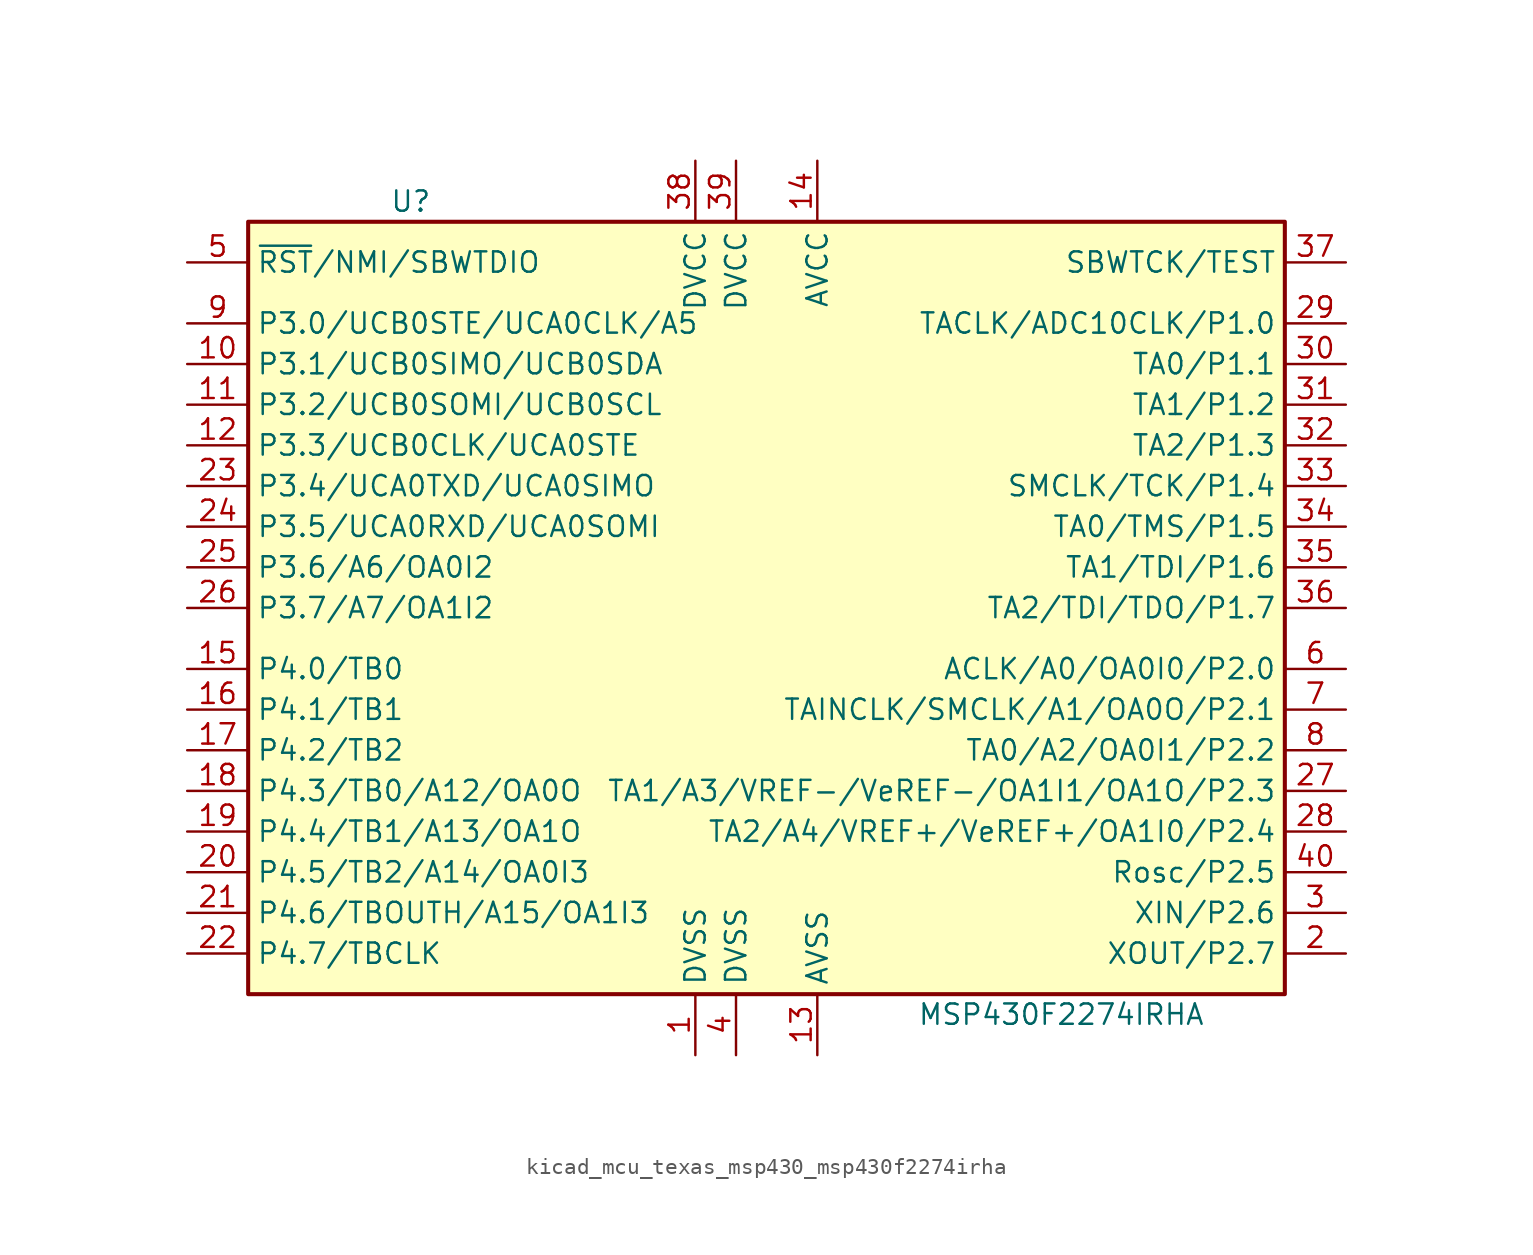
<source format=kicad_sym>
(kicad_symbol_lib
  (version 20220914)
  (generator kicad_symbol_editor)
  (symbol "kicad_mcu_texas_msp430_msp430f2274irha"
    (property "Reference" "U"
      (at -22.86 25.4 0)
      (effects (font (size 1.27 1.27))))
    (property "Value" "MSP430F2274IRHA"
      (at 17.78 -25.4 0)
      (effects (font (size 1.27 1.27))))
    (symbol "kicad_mcu_texas_msp430_msp430f2274irha_0_1"
      (rectangle (start -33.02 24.13) (end 31.75 -24.13) (stroke (width 0.254) (type default)) (fill (type background))))
    (symbol "kicad_mcu_texas_msp430_msp430f2274irha_1_1"
      (pin power_in line (at -5.08 -27.94 90) (length 3.81) (name "DVSS" (effects (font (size 1.27 1.27)))) (number "1" (effects (font (size 1.27 1.27)))))
      (pin bidirectional line (at -36.83 15.24 0) (length 3.81) (name "P3.1/UCB0SIMO/UCB0SDA" (effects (font (size 1.27 1.27)))) (number "10" (effects (font (size 1.27 1.27)))))
      (pin bidirectional line (at -36.83 12.7 0) (length 3.81) (name "P3.2/UCB0SOMI/UCB0SCL" (effects (font (size 1.27 1.27)))) (number "11" (effects (font (size 1.27 1.27)))))
      (pin bidirectional line (at -36.83 10.16 0) (length 3.81) (name "P3.3/UCB0CLK/UCA0STE" (effects (font (size 1.27 1.27)))) (number "12" (effects (font (size 1.27 1.27)))))
      (pin power_in line (at 2.54 -27.94 90) (length 3.81) (name "AVSS" (effects (font (size 1.27 1.27)))) (number "13" (effects (font (size 1.27 1.27)))))
      (pin power_in line (at 2.54 27.94 270) (length 3.81) (name "AVCC" (effects (font (size 1.27 1.27)))) (number "14" (effects (font (size 1.27 1.27)))))
      (pin bidirectional line (at -36.83 -3.81 0) (length 3.81) (name "P4.0/TB0" (effects (font (size 1.27 1.27)))) (number "15" (effects (font (size 1.27 1.27)))))
      (pin bidirectional line (at -36.83 -6.35 0) (length 3.81) (name "P4.1/TB1" (effects (font (size 1.27 1.27)))) (number "16" (effects (font (size 1.27 1.27)))))
      (pin bidirectional line (at -36.83 -8.89 0) (length 3.81) (name "P4.2/TB2" (effects (font (size 1.27 1.27)))) (number "17" (effects (font (size 1.27 1.27)))))
      (pin bidirectional line (at -36.83 -11.43 0) (length 3.81) (name "P4.3/TB0/A12/OA0O" (effects (font (size 1.27 1.27)))) (number "18" (effects (font (size 1.27 1.27)))))
      (pin bidirectional line (at -36.83 -13.97 0) (length 3.81) (name "P4.4/TB1/A13/OA1O" (effects (font (size 1.27 1.27)))) (number "19" (effects (font (size 1.27 1.27)))))
      (pin bidirectional line (at 35.56 -21.59 180) (length 3.81) (name "XOUT/P2.7" (effects (font (size 1.27 1.27)))) (number "2" (effects (font (size 1.27 1.27)))))
      (pin bidirectional line (at -36.83 -16.51 0) (length 3.81) (name "P4.5/TB2/A14/OA0I3" (effects (font (size 1.27 1.27)))) (number "20" (effects (font (size 1.27 1.27)))))
      (pin bidirectional line (at -36.83 -19.05 0) (length 3.81) (name "P4.6/TBOUTH/A15/OA1I3" (effects (font (size 1.27 1.27)))) (number "21" (effects (font (size 1.27 1.27)))))
      (pin bidirectional line (at -36.83 -21.59 0) (length 3.81) (name "P4.7/TBCLK" (effects (font (size 1.27 1.27)))) (number "22" (effects (font (size 1.27 1.27)))))
      (pin bidirectional line (at -36.83 7.62 0) (length 3.81) (name "P3.4/UCA0TXD/UCA0SIMO" (effects (font (size 1.27 1.27)))) (number "23" (effects (font (size 1.27 1.27)))))
      (pin bidirectional line (at -36.83 5.08 0) (length 3.81) (name "P3.5/UCA0RXD/UCA0SOMI" (effects (font (size 1.27 1.27)))) (number "24" (effects (font (size 1.27 1.27)))))
      (pin bidirectional line (at -36.83 2.54 0) (length 3.81) (name "P3.6/A6/OA0I2" (effects (font (size 1.27 1.27)))) (number "25" (effects (font (size 1.27 1.27)))))
      (pin bidirectional line (at -36.83 0 0) (length 3.81) (name "P3.7/A7/OA1I2" (effects (font (size 1.27 1.27)))) (number "26" (effects (font (size 1.27 1.27)))))
      (pin bidirectional line (at 35.56 -11.43 180) (length 3.81) (name "TA1/A3/VREF-/VeREF-/OA1I1/OA1O/P2.3" (effects (font (size 1.27 1.27)))) (number "27" (effects (font (size 1.27 1.27)))))
      (pin bidirectional line (at 35.56 -13.97 180) (length 3.81) (name "TA2/A4/VREF+/VeREF+/OA1I0/P2.4" (effects (font (size 1.27 1.27)))) (number "28" (effects (font (size 1.27 1.27)))))
      (pin bidirectional line (at 35.56 17.78 180) (length 3.81) (name "TACLK/ADC10CLK/P1.0" (effects (font (size 1.27 1.27)))) (number "29" (effects (font (size 1.27 1.27)))))
      (pin bidirectional line (at 35.56 -19.05 180) (length 3.81) (name "XIN/P2.6" (effects (font (size 1.27 1.27)))) (number "3" (effects (font (size 1.27 1.27)))))
      (pin bidirectional line (at 35.56 15.24 180) (length 3.81) (name "TA0/P1.1" (effects (font (size 1.27 1.27)))) (number "30" (effects (font (size 1.27 1.27)))))
      (pin bidirectional line (at 35.56 12.7 180) (length 3.81) (name "TA1/P1.2" (effects (font (size 1.27 1.27)))) (number "31" (effects (font (size 1.27 1.27)))))
      (pin bidirectional line (at 35.56 10.16 180) (length 3.81) (name "TA2/P1.3" (effects (font (size 1.27 1.27)))) (number "32" (effects (font (size 1.27 1.27)))))
      (pin bidirectional line (at 35.56 7.62 180) (length 3.81) (name "SMCLK/TCK/P1.4" (effects (font (size 1.27 1.27)))) (number "33" (effects (font (size 1.27 1.27)))))
      (pin bidirectional line (at 35.56 5.08 180) (length 3.81) (name "TA0/TMS/P1.5" (effects (font (size 1.27 1.27)))) (number "34" (effects (font (size 1.27 1.27)))))
      (pin bidirectional line (at 35.56 2.54 180) (length 3.81) (name "TA1/TDI/P1.6" (effects (font (size 1.27 1.27)))) (number "35" (effects (font (size 1.27 1.27)))))
      (pin bidirectional line (at 35.56 0 180) (length 3.81) (name "TA2/TDI/TDO/P1.7" (effects (font (size 1.27 1.27)))) (number "36" (effects (font (size 1.27 1.27)))))
      (pin input line (at 35.56 21.59 180) (length 3.81) (name "SBWTCK/TEST" (effects (font (size 1.27 1.27)))) (number "37" (effects (font (size 1.27 1.27)))))
      (pin power_in line (at -5.08 27.94 270) (length 3.81) (name "DVCC" (effects (font (size 1.27 1.27)))) (number "38" (effects (font (size 1.27 1.27)))))
      (pin power_in line (at -2.54 27.94 270) (length 3.81) (name "DVCC" (effects (font (size 1.27 1.27)))) (number "39" (effects (font (size 1.27 1.27)))))
      (pin power_in line (at -2.54 -27.94 90) (length 3.81) (name "DVSS" (effects (font (size 1.27 1.27)))) (number "4" (effects (font (size 1.27 1.27)))))
      (pin bidirectional line (at 35.56 -16.51 180) (length 3.81) (name "Rosc/P2.5" (effects (font (size 1.27 1.27)))) (number "40" (effects (font (size 1.27 1.27)))))
      (pin bidirectional line (at -36.83 21.59 0) (length 3.81) (name "~{RST}/NMI/SBWTDIO" (effects (font (size 1.27 1.27)))) (number "5" (effects (font (size 1.27 1.27)))))
      (pin bidirectional line (at 35.56 -3.81 180) (length 3.81) (name "ACLK/A0/OA0I0/P2.0" (effects (font (size 1.27 1.27)))) (number "6" (effects (font (size 1.27 1.27)))))
      (pin bidirectional line (at 35.56 -6.35 180) (length 3.81) (name "TAINCLK/SMCLK/A1/OA0O/P2.1" (effects (font (size 1.27 1.27)))) (number "7" (effects (font (size 1.27 1.27)))))
      (pin bidirectional line (at 35.56 -8.89 180) (length 3.81) (name "TA0/A2/OA0I1/P2.2" (effects (font (size 1.27 1.27)))) (number "8" (effects (font (size 1.27 1.27)))))
      (pin bidirectional line (at -36.83 17.78 0) (length 3.81) (name "P3.0/UCB0STE/UCA0CLK/A5" (effects (font (size 1.27 1.27)))) (number "9" (effects (font (size 1.27 1.27))))))))
</source>
